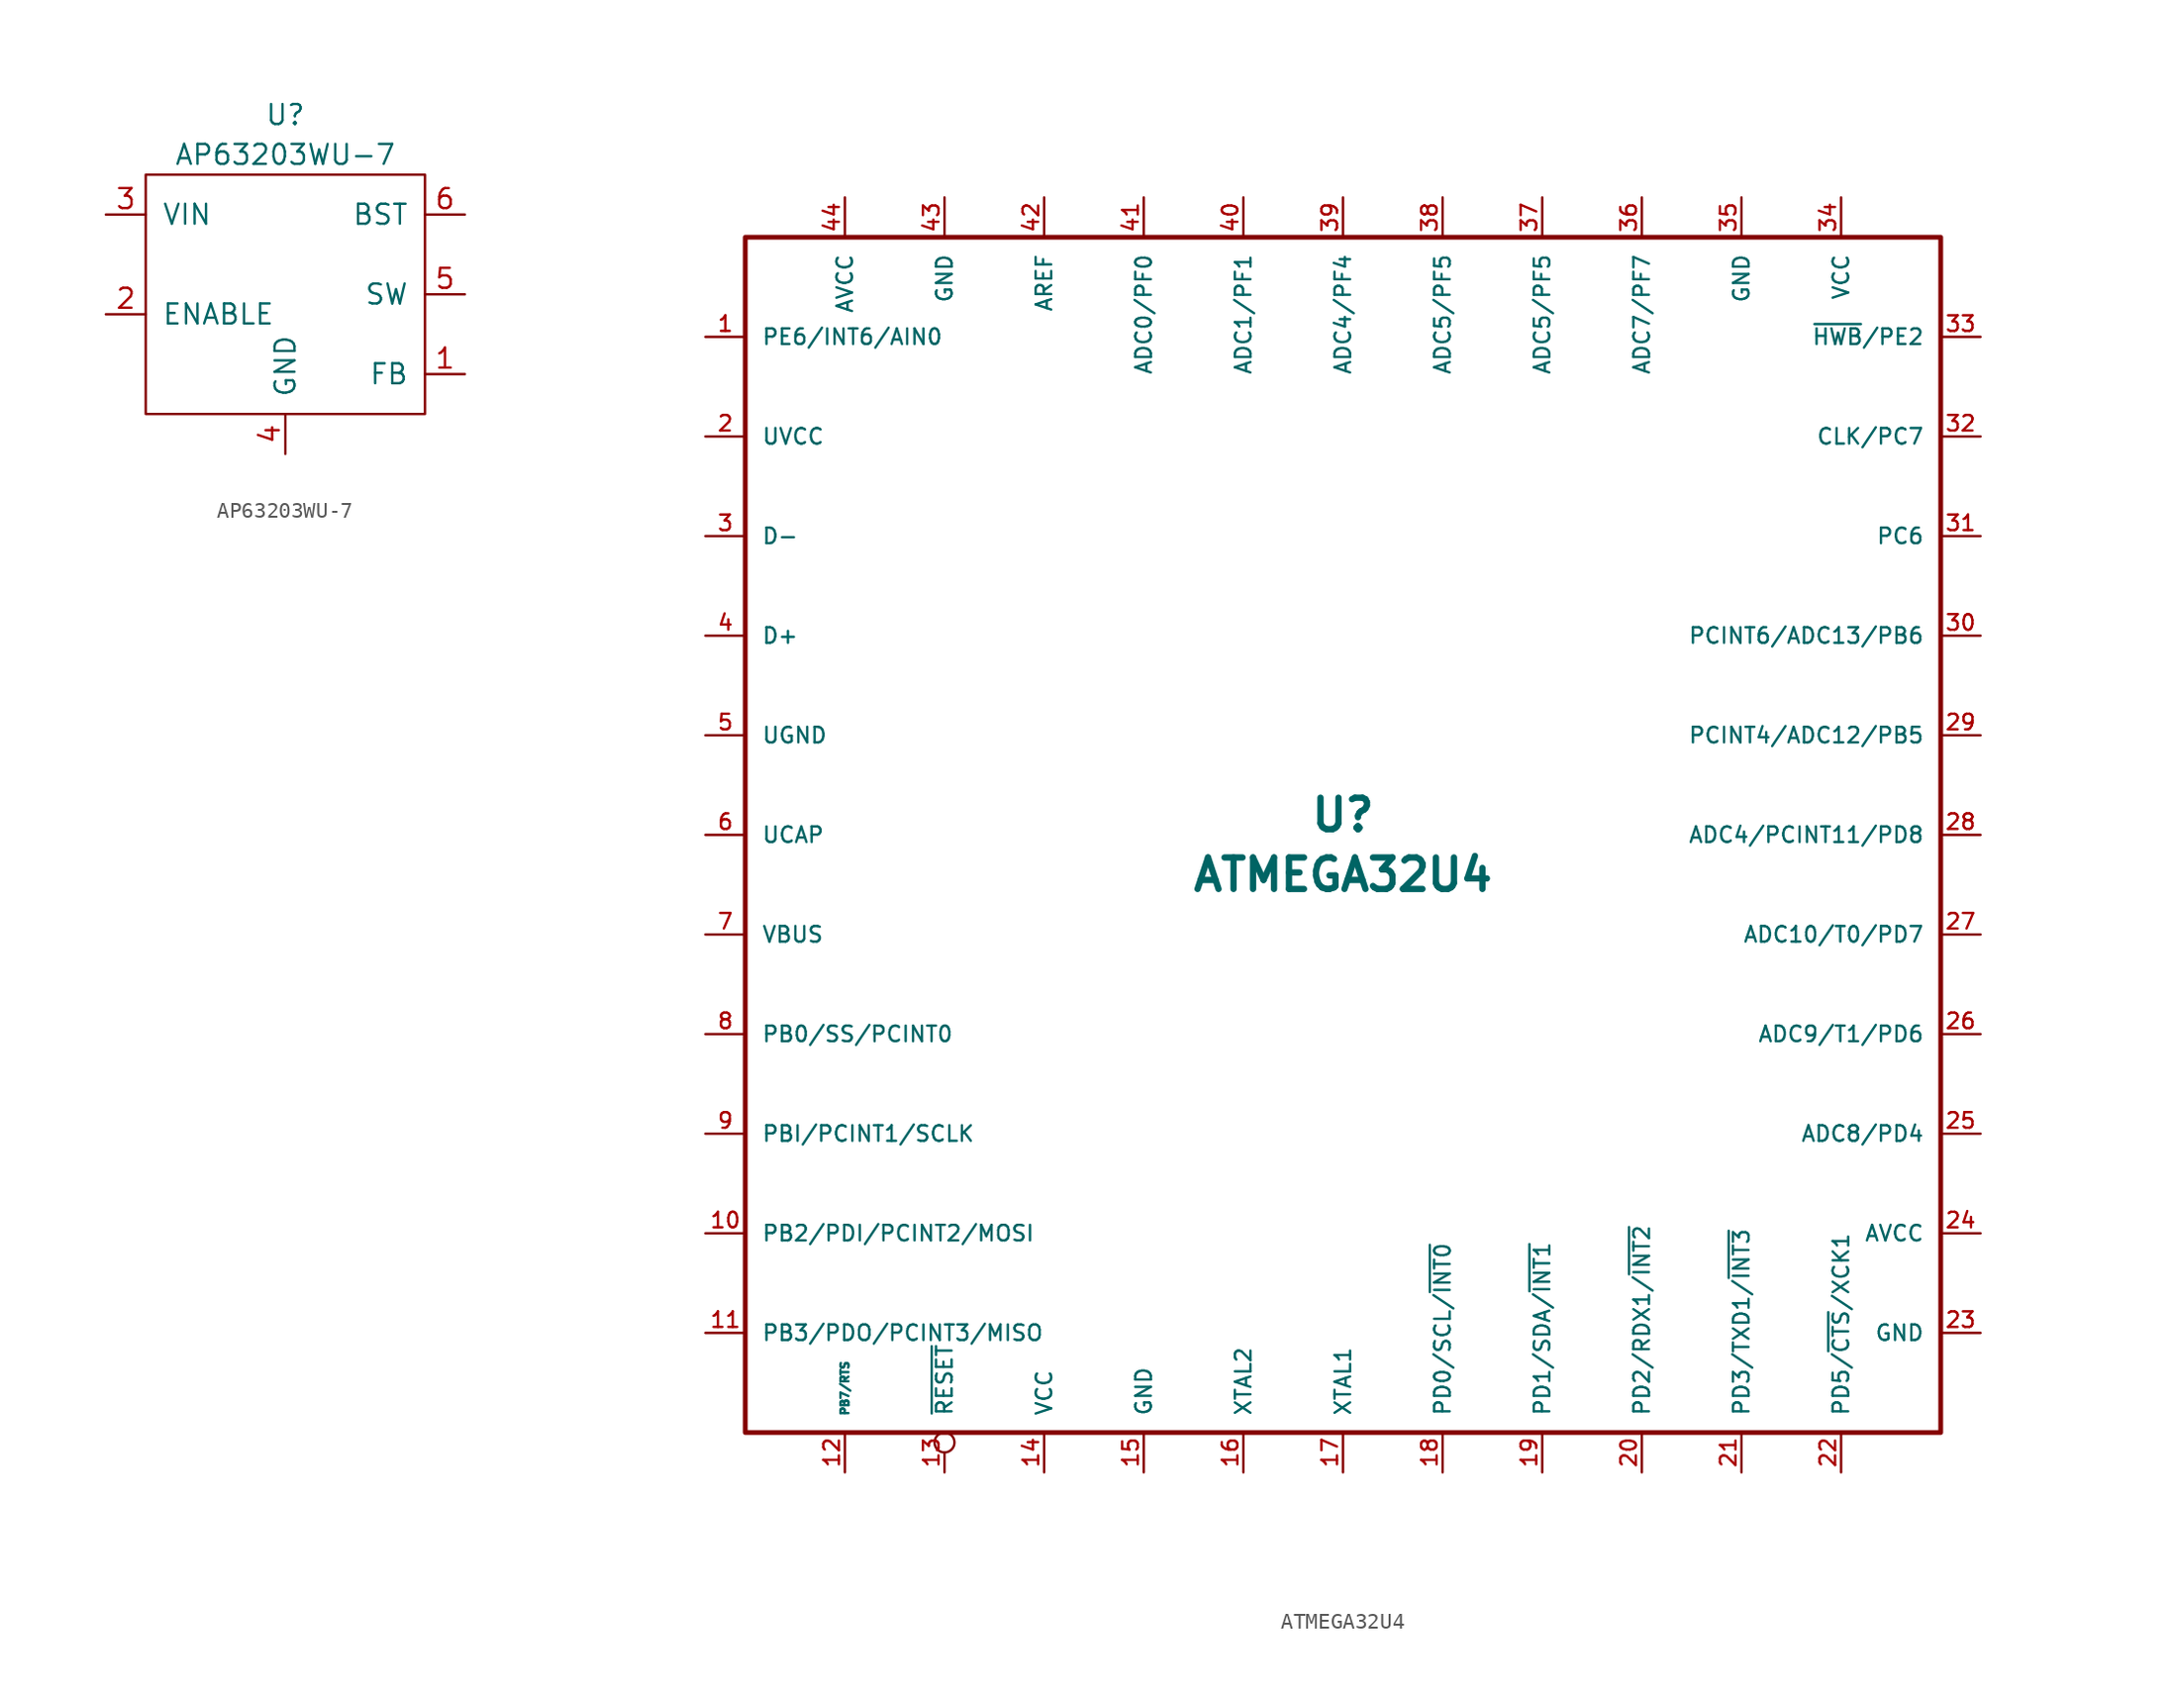
<source format=kicad_sym>
(kicad_symbol_lib
  (version 20211014)
  (generator kicad_symbol_editor)
  (symbol "AP63203WU-7"
    (pin_names
      (offset 1.016))
    (property "Reference" "U"
      (at 0 13.97 0)
      (effects (font (size 1.27 1.27))))
    (property "Value" "AP63203WU-7"
      (at 0 11.43 0)
      (effects (font (size 1.27 1.27))))
    (symbol "AP63203WU-7_0_0"
      (rectangle (start -8.89 10.16) (end 8.89 -5.08) (stroke (width 0) (type default) (color 0 0 0 0)) (fill (type none))))
    (symbol "AP63203WU-7_1_1"
      (pin input line (at 11.43 -2.54 180) (length 2.54) (name "FB" (effects (font (size 1.27 1.27)))) (number "1" (effects (font (size 1.27 1.27)))))
      (pin input line (at -11.43 1.27 0) (length 2.54) (name "ENABLE" (effects (font (size 1.27 1.27)))) (number "2" (effects (font (size 1.27 1.27)))))
      (pin input line (at -11.43 7.62 0) (length 2.54) (name "VIN" (effects (font (size 1.27 1.27)))) (number "3" (effects (font (size 1.27 1.27)))))
      (pin input line (at 0 -7.62 90) (length 2.54) (name "GND" (effects (font (size 1.27 1.27)))) (number "4" (effects (font (size 1.27 1.27)))))
      (pin output line (at 11.43 2.54 180) (length 2.54) (name "SW" (effects (font (size 1.27 1.27)))) (number "5" (effects (font (size 1.27 1.27)))))
      (pin input line (at 11.43 7.62 180) (length 2.54) (name "BST" (effects (font (size 1.27 1.27)))) (number "6" (effects (font (size 1.27 1.27)))))))
  (symbol "ATMEGA32U4"
    (pin_names
      (offset 1.016))
    (property "Reference" "U"
      (at 0 1.27 0)
      (effects (font (size 2.007 2.007) bold)))
    (property "Value" "ATMEGA32U4"
      (at 0 -2.54 0)
      (effects (font (size 2.007 2.007) bold)))
    (symbol "ATMEGA32U4_0_1"
      (rectangle (start -38.1 38.1) (end 38.1 -38.1) (stroke (width 0.305) (type default) (color 0 0 0 0)) (fill (type none))))
    (symbol "ATMEGA32U4_1_1"
      (pin bidirectional line (at -40.64 31.75 0) (length 2.54) (name "PE6/INT6/AIN0" (effects (font (size 0.991 0.991)))) (number "1" (effects (font (size 0.991 0.991)))))
      (pin bidirectional line (at -40.64 -25.4 0) (length 2.54) (name "PB2/PDI/PCINT2/MOSI" (effects (font (size 0.991 0.991)))) (number "10" (effects (font (size 0.991 0.991)))))
      (pin bidirectional line (at -40.64 -31.75 0) (length 2.54) (name "PB3/PDO/PCINT3/MISO" (effects (font (size 0.991 0.991)))) (number "11" (effects (font (size 0.991 0.991)))))
      (pin bidirectional line (at -31.75 -40.64 90) (length 2.54) (name "PB7/RTS" (effects (font (size 0.508 0.508)))) (number "12" (effects (font (size 0.991 0.991)))))
      (pin input inverted (at -25.4 -40.64 90) (length 2.54) (name "~{RESET}" (effects (font (size 0.991 0.991)))) (number "13" (effects (font (size 0.991 0.991)))))
      (pin power_in line (at -19.05 -40.64 90) (length 2.54) (name "VCC" (effects (font (size 0.991 0.991)))) (number "14" (effects (font (size 0.991 0.991)))))
      (pin power_in line (at -12.7 -40.64 90) (length 2.54) (name "GND" (effects (font (size 0.991 0.991)))) (number "15" (effects (font (size 0.991 0.991)))))
      (pin input line (at -6.35 -40.64 90) (length 2.54) (name "XTAL2" (effects (font (size 0.991 0.991)))) (number "16" (effects (font (size 0.991 0.991)))))
      (pin input line (at 0 -40.64 90) (length 2.54) (name "XTAL1" (effects (font (size 0.991 0.991)))) (number "17" (effects (font (size 0.991 0.991)))))
      (pin bidirectional line (at 6.35 -40.64 90) (length 2.54) (name "PD0/SCL/~{INT0}" (effects (font (size 0.991 0.991)))) (number "18" (effects (font (size 0.991 0.991)))))
      (pin bidirectional line (at 12.7 -40.64 90) (length 2.54) (name "PD1/SDA/~{INT1}" (effects (font (size 0.991 0.991)))) (number "19" (effects (font (size 0.991 0.991)))))
      (pin power_in line (at -40.64 25.4 0) (length 2.54) (name "UVCC" (effects (font (size 0.991 0.991)))) (number "2" (effects (font (size 0.991 0.991)))))
      (pin bidirectional line (at 19.05 -40.64 90) (length 2.54) (name "PD2/RDX1/~{INT2}" (effects (font (size 0.991 0.991)))) (number "20" (effects (font (size 0.991 0.991)))))
      (pin bidirectional line (at 25.4 -40.64 90) (length 2.54) (name "PD3/TXD1/~{INT3}" (effects (font (size 0.991 0.991)))) (number "21" (effects (font (size 0.991 0.991)))))
      (pin bidirectional line (at 31.75 -40.64 90) (length 2.54) (name "PD5/~{CTS}/XCK1" (effects (font (size 0.991 0.991)))) (number "22" (effects (font (size 0.991 0.991)))))
      (pin power_in line (at 40.64 -31.75 180) (length 2.54) (name "GND" (effects (font (size 0.991 0.991)))) (number "23" (effects (font (size 0.991 0.991)))))
      (pin power_in line (at 40.64 -25.4 180) (length 2.54) (name "AVCC" (effects (font (size 0.991 0.991)))) (number "24" (effects (font (size 0.991 0.991)))))
      (pin bidirectional line (at 40.64 -19.05 180) (length 2.54) (name "ADC8/PD4" (effects (font (size 0.991 0.991)))) (number "25" (effects (font (size 0.991 0.991)))))
      (pin bidirectional line (at 40.64 -12.7 180) (length 2.54) (name "ADC9/T1/PD6" (effects (font (size 0.991 0.991)))) (number "26" (effects (font (size 0.991 0.991)))))
      (pin bidirectional line (at 40.64 -6.35 180) (length 2.54) (name "ADC10/T0/PD7" (effects (font (size 0.991 0.991)))) (number "27" (effects (font (size 0.991 0.991)))))
      (pin bidirectional line (at 40.64 0 180) (length 2.54) (name "ADC4/PCINT11/PD8" (effects (font (size 0.991 0.991)))) (number "28" (effects (font (size 0.991 0.991)))))
      (pin bidirectional line (at 40.64 6.35 180) (length 2.54) (name "PCINT4/ADC12/PB5" (effects (font (size 0.991 0.991)))) (number "29" (effects (font (size 0.991 0.991)))))
      (pin bidirectional line (at -40.64 19.05 0) (length 2.54) (name "D-" (effects (font (size 0.991 0.991)))) (number "3" (effects (font (size 0.991 0.991)))))
      (pin bidirectional line (at 40.64 12.7 180) (length 2.54) (name "PCINT6/ADC13/PB6" (effects (font (size 0.991 0.991)))) (number "30" (effects (font (size 0.991 0.991)))))
      (pin bidirectional line (at 40.64 19.05 180) (length 2.54) (name "PC6" (effects (font (size 0.991 0.991)))) (number "31" (effects (font (size 0.991 0.991)))))
      (pin bidirectional line (at 40.64 25.4 180) (length 2.54) (name "CLK/PC7" (effects (font (size 0.991 0.991)))) (number "32" (effects (font (size 0.991 0.991)))))
      (pin bidirectional line (at 40.64 31.75 180) (length 2.54) (name "~{HWB}/PE2" (effects (font (size 0.991 0.991)))) (number "33" (effects (font (size 0.991 0.991)))))
      (pin power_in line (at 31.75 40.64 270) (length 2.54) (name "VCC" (effects (font (size 0.991 0.991)))) (number "34" (effects (font (size 0.991 0.991)))))
      (pin power_in line (at 25.4 40.64 270) (length 2.54) (name "GND" (effects (font (size 0.991 0.991)))) (number "35" (effects (font (size 0.991 0.991)))))
      (pin bidirectional line (at 19.05 40.64 270) (length 2.54) (name "ADC7/PF7" (effects (font (size 0.991 0.991)))) (number "36" (effects (font (size 0.991 0.991)))))
      (pin bidirectional line (at 12.7 40.64 270) (length 2.54) (name "ADC5/PF5" (effects (font (size 0.991 0.991)))) (number "37" (effects (font (size 0.991 0.991)))))
      (pin bidirectional line (at 6.35 40.64 270) (length 2.54) (name "ADC5/PF5" (effects (font (size 0.991 0.991)))) (number "38" (effects (font (size 0.991 0.991)))))
      (pin bidirectional line (at 0 40.64 270) (length 2.54) (name "ADC4/PF4" (effects (font (size 0.991 0.991)))) (number "39" (effects (font (size 0.991 0.991)))))
      (pin bidirectional line (at -40.64 12.7 0) (length 2.54) (name "D+" (effects (font (size 0.991 0.991)))) (number "4" (effects (font (size 0.991 0.991)))))
      (pin bidirectional line (at -6.35 40.64 270) (length 2.54) (name "ADC1/PF1" (effects (font (size 0.991 0.991)))) (number "40" (effects (font (size 0.991 0.991)))))
      (pin bidirectional line (at -12.7 40.64 270) (length 2.54) (name "ADC0/PF0" (effects (font (size 0.991 0.991)))) (number "41" (effects (font (size 0.991 0.991)))))
      (pin input line (at -19.05 40.64 270) (length 2.54) (name "AREF" (effects (font (size 0.991 0.991)))) (number "42" (effects (font (size 0.991 0.991)))))
      (pin power_in line (at -25.4 40.64 270) (length 2.54) (name "GND" (effects (font (size 0.991 0.991)))) (number "43" (effects (font (size 0.991 0.991)))))
      (pin power_in line (at -31.75 40.64 270) (length 2.54) (name "AVCC" (effects (font (size 0.991 0.991)))) (number "44" (effects (font (size 0.991 0.991)))))
      (pin power_in line (at -40.64 6.35 0) (length 2.54) (name "UGND" (effects (font (size 0.991 0.991)))) (number "5" (effects (font (size 0.991 0.991)))))
      (pin input line (at -40.64 0 0) (length 2.54) (name "UCAP" (effects (font (size 0.991 0.991)))) (number "6" (effects (font (size 0.991 0.991)))))
      (pin power_in line (at -40.64 -6.35 0) (length 2.54) (name "VBUS" (effects (font (size 0.991 0.991)))) (number "7" (effects (font (size 0.991 0.991)))))
      (pin bidirectional line (at -40.64 -12.7 0) (length 2.54) (name "PB0/SS/PCINT0" (effects (font (size 0.991 0.991)))) (number "8" (effects (font (size 0.991 0.991)))))
      (pin bidirectional line (at -40.64 -19.05 0) (length 2.54) (name "PBI/PCINT1/SCLK" (effects (font (size 0.991 0.991)))) (number "9" (effects (font (size 0.991 0.991))))))))
</source>
